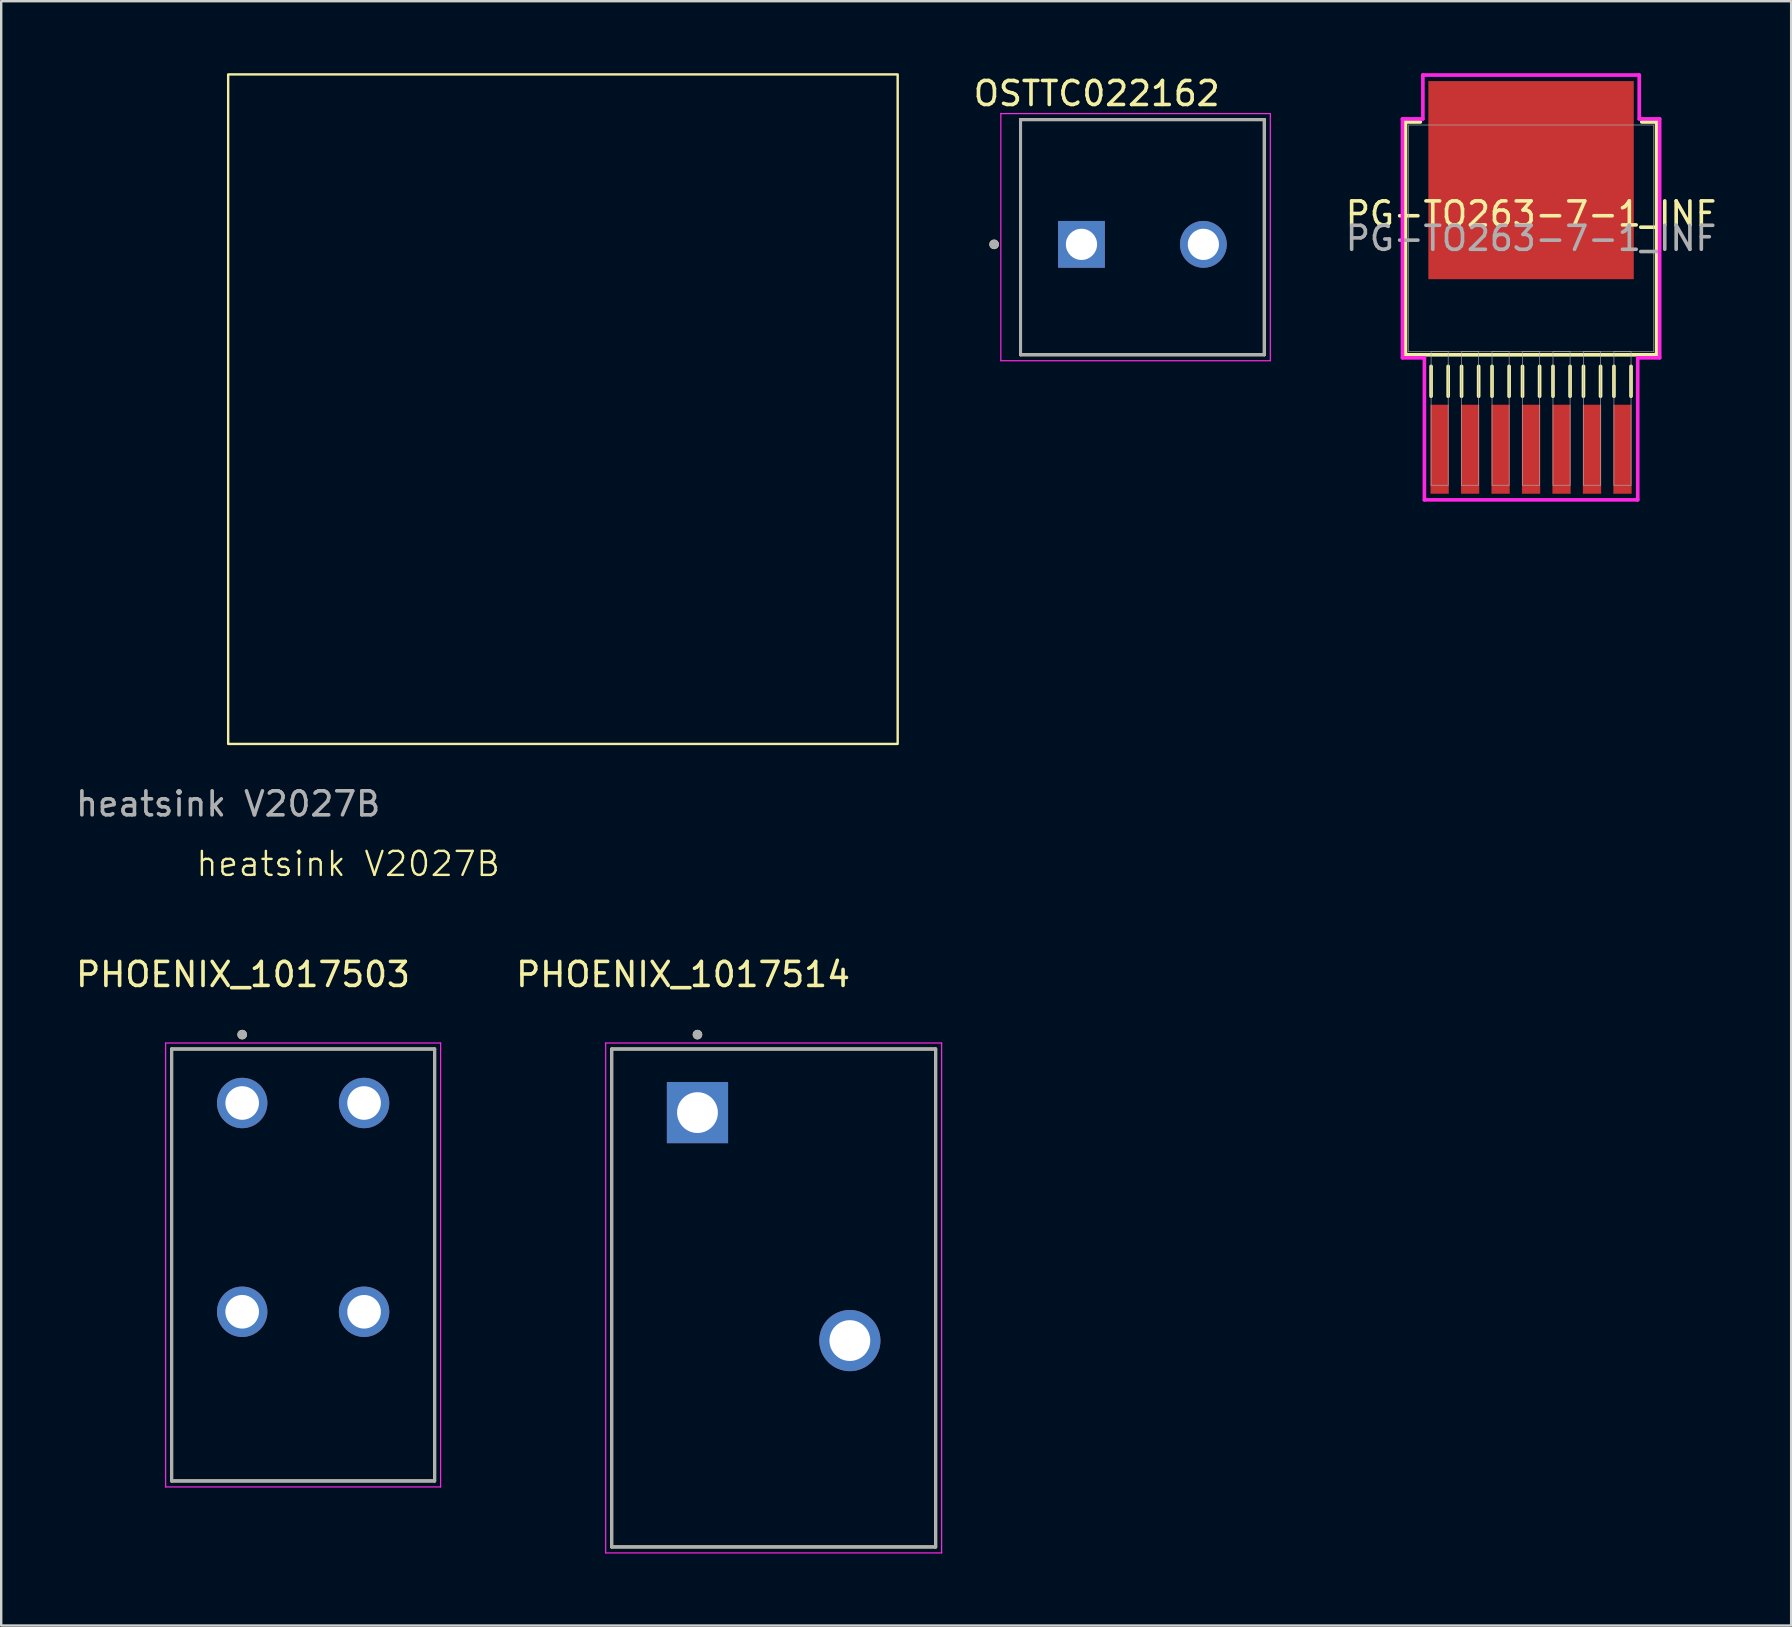
<source format=kicad_pcb>
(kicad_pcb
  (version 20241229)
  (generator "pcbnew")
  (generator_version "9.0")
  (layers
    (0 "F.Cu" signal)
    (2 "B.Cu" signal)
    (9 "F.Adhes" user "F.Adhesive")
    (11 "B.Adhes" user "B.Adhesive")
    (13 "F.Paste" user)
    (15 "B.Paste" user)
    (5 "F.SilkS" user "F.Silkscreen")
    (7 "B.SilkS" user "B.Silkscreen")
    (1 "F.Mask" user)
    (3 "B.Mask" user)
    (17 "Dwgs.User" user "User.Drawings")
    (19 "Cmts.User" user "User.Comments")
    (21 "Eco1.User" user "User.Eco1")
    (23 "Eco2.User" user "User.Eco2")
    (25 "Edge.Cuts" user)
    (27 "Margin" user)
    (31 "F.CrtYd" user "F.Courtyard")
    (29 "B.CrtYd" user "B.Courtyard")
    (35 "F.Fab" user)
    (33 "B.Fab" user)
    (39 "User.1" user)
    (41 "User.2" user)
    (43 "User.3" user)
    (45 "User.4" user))
  (footprint "heatsink V2027B"
    (layer "F.Cu")
    (at 6.458 27.95)
    (property "Reference" "heatsink V2027B" (at 5 5 0) (unlocked yes) (layer "F.SilkS") (effects (font (size 1 1) (thickness 0.1))))
    (attr through_hole allow_missing_courtyard)
    (fp_rect (start 0 -27.9) (end 27.9 0) (stroke (width 0.1) (type solid)) (fill no) (layer "F.SilkS"))
    (fp_text user "${REFERENCE}" (at 0 2.5 0) (unlocked yes) (layer "F.Fab") (effects (font (size 1 1) (thickness 0.15)))))
  (footprint "PG-TO263-7-1_INF"
    (layer "F.Cu")
    (at 60.752 6.883)
    (property "Reference" "PG-TO263-7-1_INF" (at 0 -1.016 0) (unlocked yes) (layer "F.SilkS") (effects (font (size 1 1) (thickness 0.15))))
    (attr smd)
    (fp_line (start -5.232 -4.851) (end -5.232 4.851) (stroke (width 0.152) (type solid)) (layer "F.SilkS"))
    (fp_line (start -5.232 4.851) (end 5.232 4.851) (stroke (width 0.152) (type solid)) (layer "F.SilkS"))
    (fp_line (start -4.613 -4.851) (end -5.232 -4.851) (stroke (width 0.152) (type solid)) (layer "F.SilkS"))
    (fp_line (start -4.166 5.334) (end -4.166 6.579) (stroke (width 0.152) (type solid)) (layer "F.SilkS"))
    (fp_line (start -3.454 5.334) (end -3.454 6.579) (stroke (width 0.152) (type solid)) (layer "F.SilkS"))
    (fp_line (start -2.896 5.334) (end -2.896 6.579) (stroke (width 0.152) (type solid)) (layer "F.SilkS"))
    (fp_line (start -2.184 5.334) (end -2.184 6.579) (stroke (width 0.152) (type solid)) (layer "F.SilkS"))
    (fp_line (start -1.626 5.334) (end -1.626 6.579) (stroke (width 0.152) (type solid)) (layer "F.SilkS"))
    (fp_line (start -0.914 5.334) (end -0.914 6.579) (stroke (width 0.152) (type solid)) (layer "F.SilkS"))
    (fp_line (start -0.356 5.334) (end -0.356 6.579) (stroke (width 0.152) (type solid)) (layer "F.SilkS"))
    (fp_line (start 0.356 5.334) (end 0.356 6.579) (stroke (width 0.152) (type solid)) (layer "F.SilkS"))
    (fp_line (start 0.914 5.334) (end 0.914 6.579) (stroke (width 0.152) (type solid)) (layer "F.SilkS"))
    (fp_line (start 1.626 5.334) (end 1.626 6.579) (stroke (width 0.152) (type solid)) (layer "F.SilkS"))
    (fp_line (start 2.184 5.334) (end 2.184 6.579) (stroke (width 0.152) (type solid)) (layer "F.SilkS"))
    (fp_line (start 2.896 5.334) (end 2.896 6.579) (stroke (width 0.152) (type solid)) (layer "F.SilkS"))
    (fp_line (start 3.454 5.334) (end 3.454 6.579) (stroke (width 0.152) (type solid)) (layer "F.SilkS"))
    (fp_line (start 4.166 5.334) (end 4.166 6.579) (stroke (width 0.152) (type solid)) (layer "F.SilkS"))
    (fp_line (start 5.232 -4.851) (end 4.613 -4.851) (stroke (width 0.152) (type solid)) (layer "F.SilkS"))
    (fp_line (start 5.232 4.851) (end 5.232 -4.851) (stroke (width 0.152) (type solid)) (layer "F.SilkS"))
    (fp_line (start -5.359 -4.978) (end -4.508 -4.978) (stroke (width 0.152) (type solid)) (layer "F.CrtYd"))
    (fp_line (start -5.359 4.978) (end -5.359 -4.978) (stroke (width 0.152) (type solid)) (layer "F.CrtYd"))
    (fp_line (start -4.508 -6.807) (end 4.508 -6.807) (stroke (width 0.152) (type solid)) (layer "F.CrtYd"))
    (fp_line (start -4.508 -4.978) (end -4.508 -6.807) (stroke (width 0.152) (type solid)) (layer "F.CrtYd"))
    (fp_line (start -4.445 4.978) (end -5.359 4.978) (stroke (width 0.152) (type solid)) (layer "F.CrtYd"))
    (fp_line (start -4.445 10.897) (end -4.445 4.978) (stroke (width 0.152) (type solid)) (layer "F.CrtYd"))
    (fp_line (start 4.445 4.978) (end 4.445 10.897) (stroke (width 0.152) (type solid)) (layer "F.CrtYd"))
    (fp_line (start 4.445 10.897) (end -4.445 10.897) (stroke (width 0.152) (type solid)) (layer "F.CrtYd"))
    (fp_line (start 4.508 -6.807) (end 4.508 -4.978) (stroke (width 0.152) (type solid)) (layer "F.CrtYd"))
    (fp_line (start 4.508 -4.978) (end 5.359 -4.978) (stroke (width 0.152) (type solid)) (layer "F.CrtYd"))
    (fp_line (start 5.359 -4.978) (end 5.359 4.978) (stroke (width 0.152) (type solid)) (layer "F.CrtYd"))
    (fp_line (start 5.359 4.978) (end 4.445 4.978) (stroke (width 0.152) (type solid)) (layer "F.CrtYd"))
    (fp_line (start -5.105 -4.724) (end -5.105 4.724) (stroke (width 0.025) (type solid)) (layer "F.Fab"))
    (fp_line (start -5.105 4.724) (end 5.105 4.724) (stroke (width 0.025) (type solid)) (layer "F.Fab"))
    (fp_line (start -4.166 4.724) (end -4.166 10.287) (stroke (width 0.025) (type solid)) (layer "F.Fab"))
    (fp_line (start -4.166 10.287) (end -3.454 10.287) (stroke (width 0.025) (type solid)) (layer "F.Fab"))
    (fp_line (start -3.454 4.724) (end -4.166 4.724) (stroke (width 0.025) (type solid)) (layer "F.Fab"))
    (fp_line (start -3.454 10.287) (end -3.454 4.724) (stroke (width 0.025) (type solid)) (layer "F.Fab"))
    (fp_line (start -2.896 4.724) (end -2.896 10.287) (stroke (width 0.025) (type solid)) (layer "F.Fab"))
    (fp_line (start -2.896 10.287) (end -2.184 10.287) (stroke (width 0.025) (type solid)) (layer "F.Fab"))
    (fp_line (start -2.184 4.724) (end -2.896 4.724) (stroke (width 0.025) (type solid)) (layer "F.Fab"))
    (fp_line (start -2.184 10.287) (end -2.184 4.724) (stroke (width 0.025) (type solid)) (layer "F.Fab"))
    (fp_line (start -1.626 4.724) (end -1.626 10.287) (stroke (width 0.025) (type solid)) (layer "F.Fab"))
    (fp_line (start -1.626 10.287) (end -0.914 10.287) (stroke (width 0.025) (type solid)) (layer "F.Fab"))
    (fp_line (start -0.914 4.724) (end -1.626 4.724) (stroke (width 0.025) (type solid)) (layer "F.Fab"))
    (fp_line (start -0.914 10.287) (end -0.914 4.724) (stroke (width 0.025) (type solid)) (layer "F.Fab"))
    (fp_line (start -0.356 4.724) (end -0.356 10.287) (stroke (width 0.025) (type solid)) (layer "F.Fab"))
    (fp_line (start -0.356 10.287) (end 0.356 10.287) (stroke (width 0.025) (type solid)) (layer "F.Fab"))
    (fp_line (start 0.356 4.724) (end -0.356 4.724) (stroke (width 0.025) (type solid)) (layer "F.Fab"))
    (fp_line (start 0.356 10.287) (end 0.356 4.724) (stroke (width 0.025) (type solid)) (layer "F.Fab"))
    (fp_line (start 0.914 4.724) (end 0.914 10.287) (stroke (width 0.025) (type solid)) (layer "F.Fab"))
    (fp_line (start 0.914 10.287) (end 1.626 10.287) (stroke (width 0.025) (type solid)) (layer "F.Fab"))
    (fp_line (start 1.626 4.724) (end 0.914 4.724) (stroke (width 0.025) (type solid)) (layer "F.Fab"))
    (fp_line (start 1.626 10.287) (end 1.626 4.724) (stroke (width 0.025) (type solid)) (layer "F.Fab"))
    (fp_line (start 2.184 4.724) (end 2.184 10.287) (stroke (width 0.025) (type solid)) (layer "F.Fab"))
    (fp_line (start 2.184 10.287) (end 2.896 10.287) (stroke (width 0.025) (type solid)) (layer "F.Fab"))
    (fp_line (start 2.896 4.724) (end 2.184 4.724) (stroke (width 0.025) (type solid)) (layer "F.Fab"))
    (fp_line (start 2.896 10.287) (end 2.896 4.724) (stroke (width 0.025) (type solid)) (layer "F.Fab"))
    (fp_line (start 3.454 4.724) (end 3.454 10.287) (stroke (width 0.025) (type solid)) (layer "F.Fab"))
    (fp_line (start 3.454 10.287) (end 4.166 10.287) (stroke (width 0.025) (type solid)) (layer "F.Fab"))
    (fp_line (start 4.166 4.724) (end 3.454 4.724) (stroke (width 0.025) (type solid)) (layer "F.Fab"))
    (fp_line (start 4.166 10.287) (end 4.166 4.724) (stroke (width 0.025) (type solid)) (layer "F.Fab"))
    (fp_line (start 5.105 -4.724) (end -5.105 -4.724) (stroke (width 0.025) (type solid)) (layer "F.Fab"))
    (fp_line (start 5.105 4.724) (end 5.105 -4.724) (stroke (width 0.025) (type solid)) (layer "F.Fab"))
    (fp_text user "${REFERENCE}" (at 0 0 0) (unlocked yes) (layer "F.Fab") (effects (font (size 1 1) (thickness 0.15))))
    (pad "1" smd rect (at -3.81 8.788) (size 0.762 3.708) (layers "F.Cu" "F.Mask" "F.Paste"))
    (pad "2" smd rect (at -2.54 8.788) (size 0.762 3.708) (layers "F.Cu" "F.Mask" "F.Paste"))
    (pad "3" smd rect (at -1.27 8.788) (size 0.762 3.708) (layers "F.Cu" "F.Mask" "F.Paste"))
    (pad "4" smd rect (at 0 8.788) (size 0.762 3.708) (layers "F.Cu" "F.Mask" "F.Paste"))
    (pad "5" smd rect (at 1.27 8.788) (size 0.762 3.708) (layers "F.Cu" "F.Mask" "F.Paste"))
    (pad "6" smd rect (at 2.54 8.788) (size 0.762 3.708) (layers "F.Cu" "F.Mask" "F.Paste"))
    (pad "7" smd rect (at 3.81 8.788) (size 0.762 3.708) (layers "F.Cu" "F.Mask" "F.Paste"))
    (pad "8" smd rect (at 0 -2.426) (size 8.56 8.255) (layers "F.Cu" "F.Mask" "F.Paste")))
  (footprint "PHOENIX_1017503"
    (layer "F.Cu")
    (at 4.102 58.664)
    (property "Reference" "PHOENIX_1017503" (at 2.975 -21.105 0) (layer "F.SilkS") (effects (font (size 1 1) (thickness 0.15))))
    (attr through_hole)
    (fp_line (start 0 -18) (end 10.96 -18) (stroke (width 0.127) (type solid)) (layer "F.SilkS"))
    (fp_line (start 0 0) (end 0 -18) (stroke (width 0.127) (type solid)) (layer "F.SilkS"))
    (fp_line (start 10.96 -18) (end 10.96 0) (stroke (width 0.127) (type solid)) (layer "F.SilkS"))
    (fp_line (start 10.96 0) (end 0 0) (stroke (width 0.127) (type solid)) (layer "F.SilkS"))
    (fp_circle (center 2.94 -18.6) (end 3.04 -18.6) (stroke (width 0.2) (type solid)) (fill no) (layer "F.SilkS"))
    (fp_line (start -0.25 -18.25) (end -0.25 0.25) (stroke (width 0.05) (type solid)) (layer "F.CrtYd"))
    (fp_line (start -0.25 0.25) (end 11.21 0.25) (stroke (width 0.05) (type solid)) (layer "F.CrtYd"))
    (fp_line (start 11.21 -18.25) (end -0.25 -18.25) (stroke (width 0.05) (type solid)) (layer "F.CrtYd"))
    (fp_line (start 11.21 0.25) (end 11.21 -18.25) (stroke (width 0.05) (type solid)) (layer "F.CrtYd"))
    (fp_line (start 0 -18) (end 10.96 -18) (stroke (width 0.127) (type solid)) (layer "F.Fab"))
    (fp_line (start 0 0) (end 0 -18) (stroke (width 0.127) (type solid)) (layer "F.Fab"))
    (fp_line (start 10.96 -18) (end 10.96 0) (stroke (width 0.127) (type solid)) (layer "F.Fab"))
    (fp_line (start 10.96 0) (end 0 0) (stroke (width 0.127) (type solid)) (layer "F.Fab"))
    (fp_circle (center 2.94 -18.6) (end 3.04 -18.6) (stroke (width 0.2) (type solid)) (fill no) (layer "F.Fab"))
    (pad "1_1" thru_hole circle (at 2.94 -15.75) (size 2.1 2.1) (drill 1.4) (layers "*.Cu" "*.Mask"))
    (pad "1_2" thru_hole circle (at 2.94 -7.05) (size 2.1 2.1) (drill 1.4) (layers "*.Cu" "*.Mask"))
    (pad "2_1" thru_hole circle (at 8.02 -15.75) (size 2.1 2.1) (drill 1.4) (layers "*.Cu" "*.Mask"))
    (pad "2_2" thru_hole circle (at 8.02 -7.05) (size 2.1 2.1) (drill 1.4) (layers "*.Cu" "*.Mask")))
  (footprint "PHOENIX_1017514"
    (layer "F.Cu")
    (at 22.44 61.414)
    (property "Reference" "PHOENIX_1017514" (at 2.975 -23.855 0) (layer "F.SilkS") (effects (font (size 1 1) (thickness 0.15))))
    (attr through_hole)
    (fp_line (start 0 -20.75) (end 13.5 -20.75) (stroke (width 0.127) (type solid)) (layer "F.SilkS"))
    (fp_line (start 0 0) (end 0 -20.75) (stroke (width 0.127) (type solid)) (layer "F.SilkS"))
    (fp_line (start 13.5 -20.75) (end 13.5 0) (stroke (width 0.127) (type solid)) (layer "F.SilkS"))
    (fp_line (start 13.5 0) (end 0 0) (stroke (width 0.127) (type solid)) (layer "F.SilkS"))
    (fp_circle (center 3.575 -21.35) (end 3.675 -21.35) (stroke (width 0.2) (type solid)) (fill no) (layer "F.SilkS"))
    (fp_line (start -0.25 -21) (end -0.25 0.25) (stroke (width 0.05) (type solid)) (layer "F.CrtYd"))
    (fp_line (start -0.25 0.25) (end 13.75 0.25) (stroke (width 0.05) (type solid)) (layer "F.CrtYd"))
    (fp_line (start 13.75 -21) (end -0.25 -21) (stroke (width 0.05) (type solid)) (layer "F.CrtYd"))
    (fp_line (start 13.75 0.25) (end 13.75 -21) (stroke (width 0.05) (type solid)) (layer "F.CrtYd"))
    (fp_line (start 0 -20.75) (end 13.5 -20.75) (stroke (width 0.127) (type solid)) (layer "F.Fab"))
    (fp_line (start 0 0) (end 0 -20.75) (stroke (width 0.127) (type solid)) (layer "F.Fab"))
    (fp_line (start 13.5 -20.75) (end 13.5 0) (stroke (width 0.127) (type solid)) (layer "F.Fab"))
    (fp_line (start 13.5 0) (end 0 0) (stroke (width 0.127) (type solid)) (layer "F.Fab"))
    (fp_circle (center 3.575 -21.35) (end 3.675 -21.35) (stroke (width 0.2) (type solid)) (fill no) (layer "F.Fab"))
    (pad "1" thru_hole rect (at 3.575 -18.1) (size 2.55 2.55) (drill 1.7) (layers "*.Cu" "*.Mask"))
    (pad "2" thru_hole circle (at 9.925 -8.6) (size 2.55 2.55) (drill 1.7) (layers "*.Cu" "*.Mask")))
  (footprint "OSTTC022162"
    (layer "F.Cu")
    (at 39.477 11.733)
    (property "Reference" "OSTTC022162" (at 3.175 -10.885 0) (layer "F.SilkS") (effects (font (size 1 1) (thickness 0.15))))
    (attr through_hole)
    (fp_line (start 0 -9.8) (end 0 0) (stroke (width 0.127) (type solid)) (layer "F.SilkS"))
    (fp_line (start 0 0) (end 10.16 0) (stroke (width 0.127) (type solid)) (layer "F.SilkS"))
    (fp_line (start 10.16 -9.8) (end 0 -9.8) (stroke (width 0.127) (type solid)) (layer "F.SilkS"))
    (fp_line (start 10.16 0) (end 10.16 -9.8) (stroke (width 0.127) (type solid)) (layer "F.SilkS"))
    (fp_circle (center -1.1 -4.6) (end -1 -4.6) (stroke (width 0.2) (type solid)) (fill no) (layer "F.SilkS"))
    (fp_line (start -0.82 -10.05) (end -0.82 0.25) (stroke (width 0.05) (type solid)) (layer "F.CrtYd"))
    (fp_line (start -0.82 0.25) (end 10.41 0.25) (stroke (width 0.05) (type solid)) (layer "F.CrtYd"))
    (fp_line (start 10.41 -10.05) (end -0.82 -10.05) (stroke (width 0.05) (type solid)) (layer "F.CrtYd"))
    (fp_line (start 10.41 0.25) (end 10.41 -10.05) (stroke (width 0.05) (type solid)) (layer "F.CrtYd"))
    (fp_line (start 0 -9.8) (end 0 0) (stroke (width 0.127) (type solid)) (layer "F.Fab"))
    (fp_line (start 0 0) (end 10.16 0) (stroke (width 0.127) (type solid)) (layer "F.Fab"))
    (fp_line (start 10.16 -9.8) (end 0 -9.8) (stroke (width 0.127) (type solid)) (layer "F.Fab"))
    (fp_line (start 10.16 0) (end 10.16 -9.8) (stroke (width 0.127) (type solid)) (layer "F.Fab"))
    (fp_circle (center -1.1 -4.6) (end -1 -4.6) (stroke (width 0.2) (type solid)) (fill no) (layer "F.Fab"))
    (pad "1" thru_hole rect (at 2.54 -4.6) (size 1.95 1.95) (drill 1.3) (layers "*.Cu" "*.Mask"))
    (pad "2" thru_hole circle (at 7.62 -4.6) (size 1.95 1.95) (drill 1.3) (layers "*.Cu" "*.Mask")))
  (gr_rect
    (start -3 -3)
    (end 71.591 64.689)
    (stroke (width 0.1) (type default))
    (fill no)
    (layer "Edge.Cuts")))
</source>
